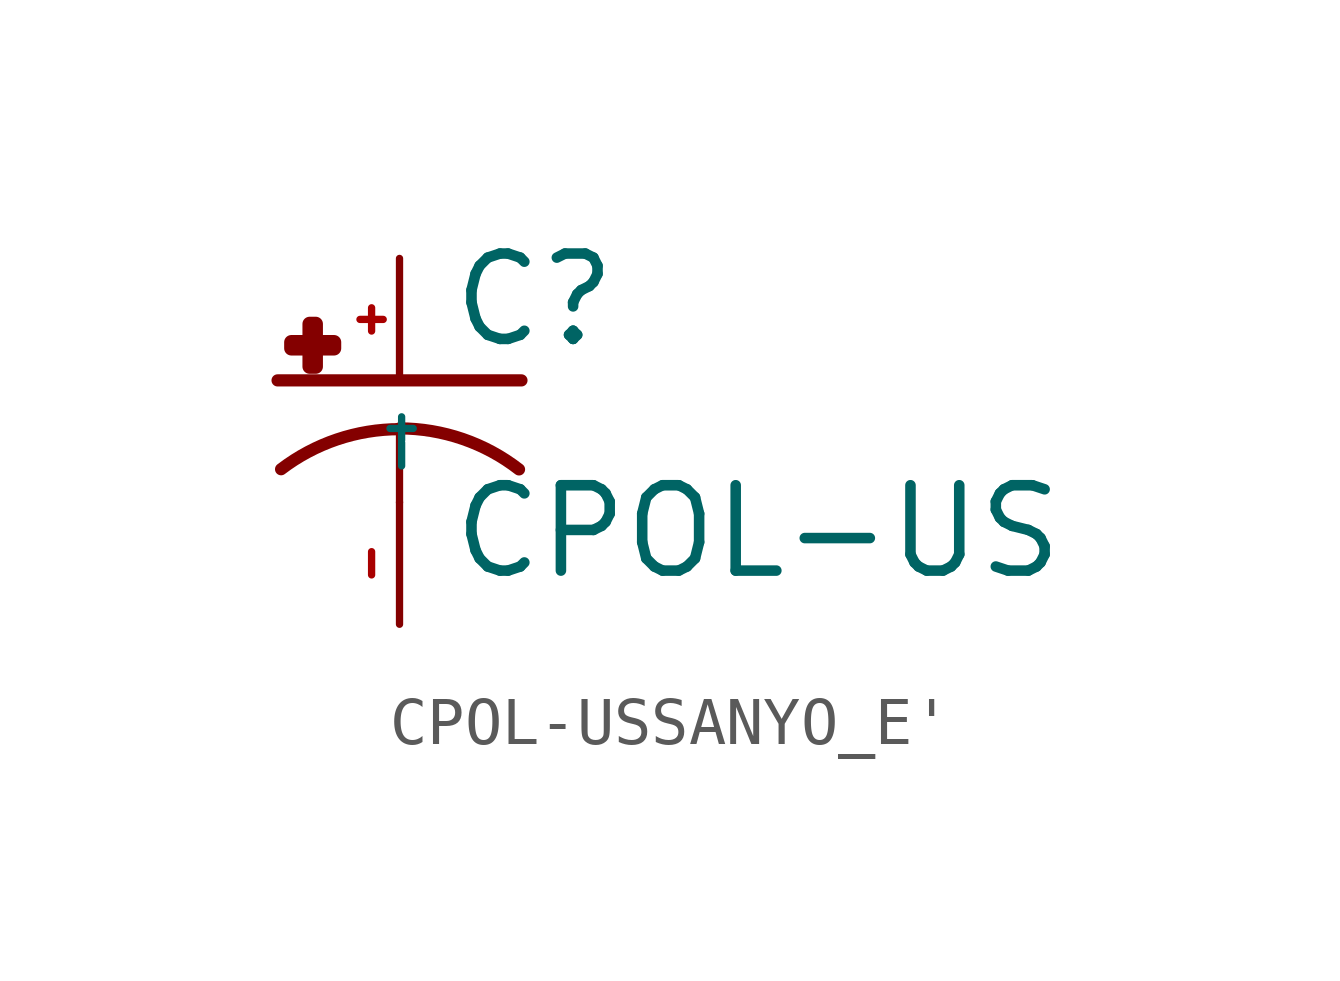
<source format=kicad_sym>
(kicad_symbol_lib
  (version 20220914)
  (generator Eagle2Kicad)
  (symbol "CPOL-USSANYO_E'"
    (property "Reference" "C"
      (at 1.016 0.635 0)
      (effects (font (size 1.778 1.778) (thickness 0.22)) (justify left bottom)))
    (property "Value" "CPOL-US"
      (at 1.016 -4.191 0)
      (effects (font (size 1.778 1.778) (thickness 0.22)) (justify left bottom)))
    (polyline
      (pts (xy -2.54 0) (xy 2.54 0))
      (stroke (width 0.254) (type default))
      (fill (type none)))
    (polyline
      (pts (xy 0 -1.016) (xy 0 -2.54))
      (stroke (width 0.152) (type default))
      (fill (type none)))
    (arc
      (start 2.4892 -1.8542)
      (mid 1.316 -1.220)
      (end 0 -1)
      (stroke (width 0.254) (type default))
      (fill (type none)))
    (arc
      (start 0 -1.0161)
      (mid -1.302 -1.230)
      (end -2.4669 -1.8504)
      (stroke (width 0.254) (type default))
      (fill (type none)))
    (rectangle
      (start -2.253 0.668)
      (end -1.364 0.795)
      (stroke (width 0.3) (type default))
      (fill (type outline)))
    (rectangle
      (start -1.872 0.287)
      (end -1.745 1.176)
      (stroke (width 0.3) (type default))
      (fill (type outline)))
    (pin passive line
      (at 0 2.54 270)
      (length 2.54)
      (name "+" (effects (font (size 0.635 0.635) (thickness 0.08)) (justify left bottom)))
      (number "+" (effects (font (size 0.635 0.635) (thickness 0.08)) (justify left bottom))))
    (pin passive line
      (at 0 -5.08 90)
      (length 2.54)
      (name "-" (effects (font (size 0.635 0.635) (thickness 0.08)) (justify left bottom)))
      (number "-" (effects (font (size 0.635 0.635) (thickness 0.08)) (justify left bottom))))))
</source>
